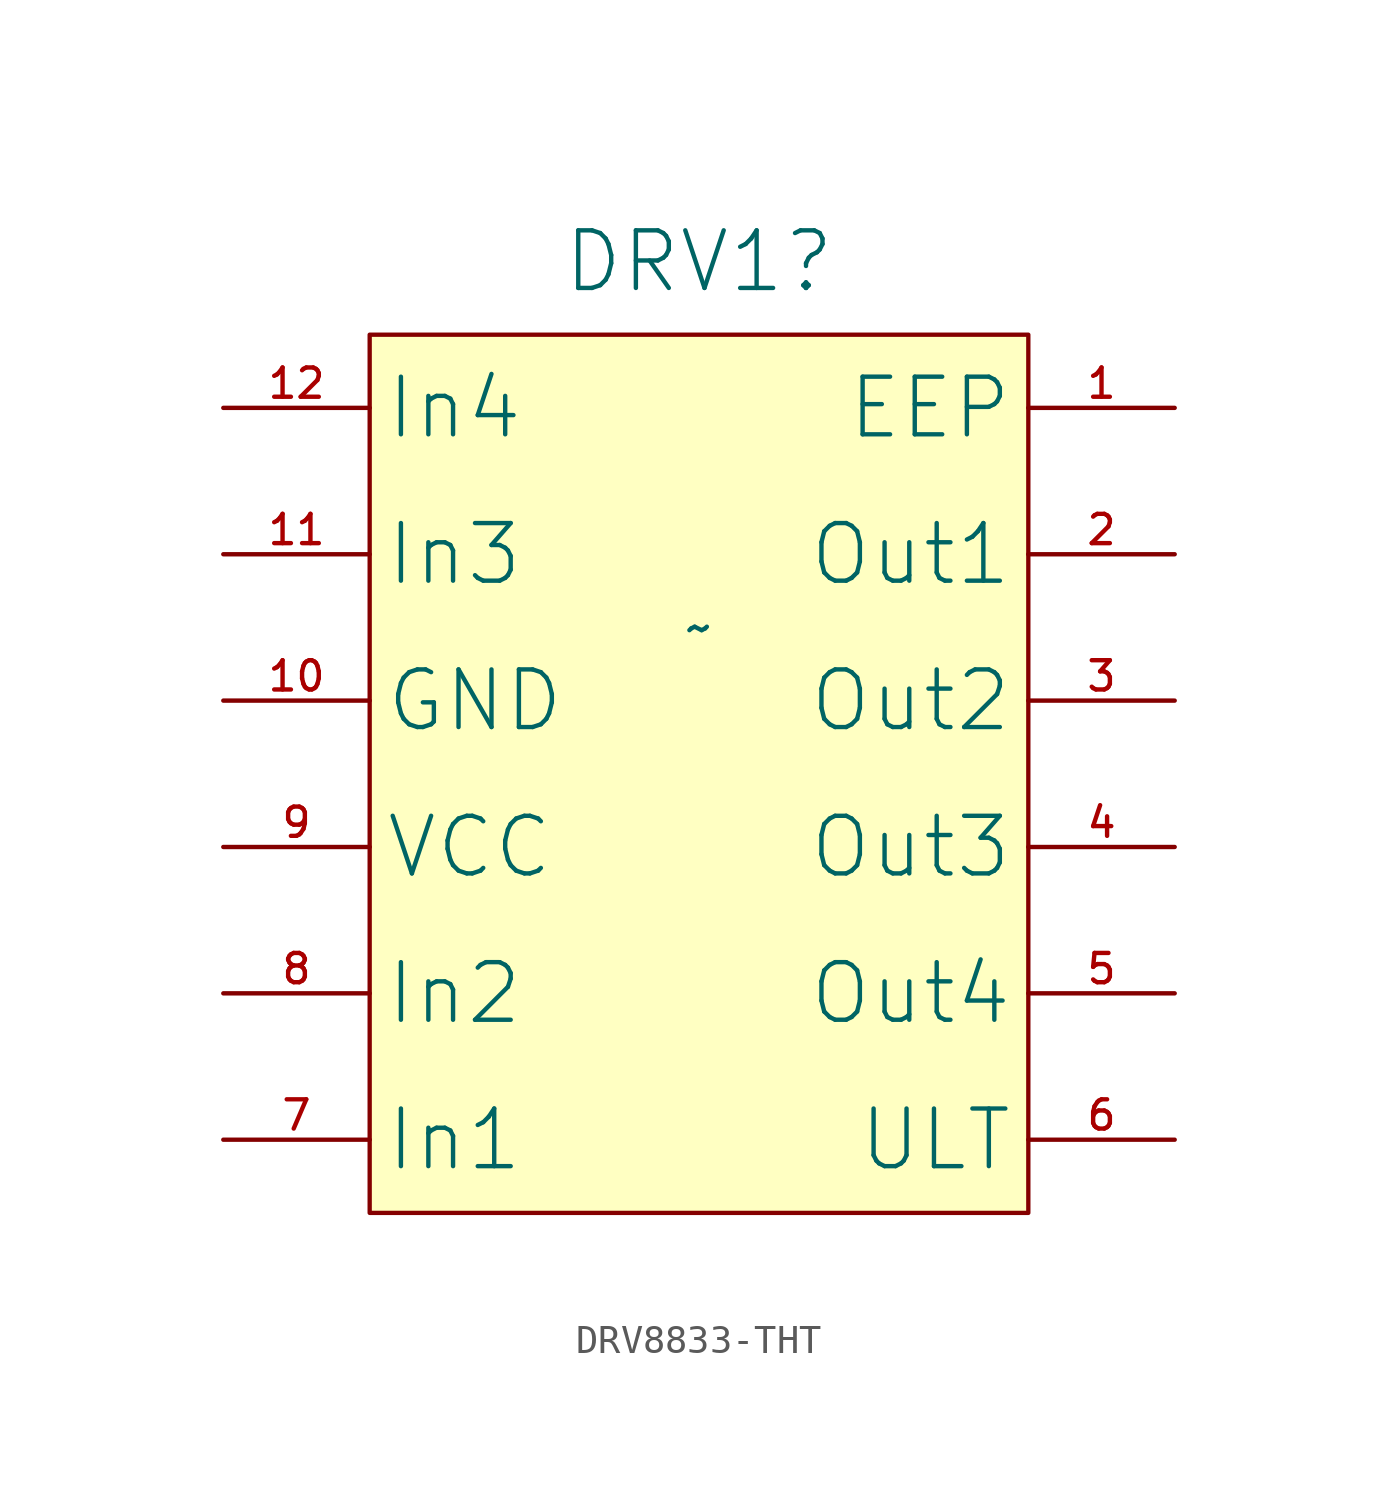
<source format=kicad_sym>
(kicad_symbol_lib
  (version 20231120)
  (generator "kicad_symbol_editor")
  (generator_version "8.0")
  (symbol "DRV8833-THT"
    (property "Reference" "DRV1"
      (at 0 12.7 0)
      (effects (font (size 2 2))))
    (property "Value" "~"
      (at 0 0 0)
      (effects (font (size 1.27 1.27))))
    (symbol "DRV8833-THT_1_0"
      (pin input line (at 16.51 7.62 180) (length 5.08) (name "EEP" (effects (font (size 2 2)))) (number "1" (effects (font (size 1.016 1.016)))))
      (pin power_in line (at -16.51 -2.54 0) (length 5.08) (name "GND" (effects (font (size 2 2)))) (number "10" (effects (font (size 1.016 1.016)))))
      (pin input line (at -16.51 2.54 0) (length 5.08) (name "In3" (effects (font (size 2 2)))) (number "11" (effects (font (size 1.016 1.016)))))
      (pin input line (at -16.51 7.62 0) (length 5.08) (name "In4" (effects (font (size 2 2)))) (number "12" (effects (font (size 1.016 1.016)))))
      (pin power_out line (at 16.51 2.54 180) (length 5.08) (name "Out1" (effects (font (size 2 2)))) (number "2" (effects (font (size 1.016 1.016)))))
      (pin power_out line (at 16.51 -2.54 180) (length 5.08) (name "Out2" (effects (font (size 2 2)))) (number "3" (effects (font (size 1.016 1.016)))))
      (pin power_out line (at 16.51 -7.62 180) (length 5.08) (name "Out3" (effects (font (size 2 2)))) (number "4" (effects (font (size 1.016 1.016)))))
      (pin power_out line (at 16.51 -12.7 180) (length 5.08) (name "Out4" (effects (font (size 2 2)))) (number "5" (effects (font (size 1.016 1.016)))))
      (pin output line (at 16.51 -17.78 180) (length 5.08) (name "ULT" (effects (font (size 2 2)))) (number "6" (effects (font (size 1.016 1.016)))))
      (pin input line (at -16.51 -17.78 0) (length 5.08) (name "In1" (effects (font (size 2 2)))) (number "7" (effects (font (size 1.016 1.016)))))
      (pin input line (at -16.51 -12.7 0) (length 5.08) (name "In2" (effects (font (size 2 2)))) (number "8" (effects (font (size 1.016 1.016)))))
      (pin power_in line (at -16.51 -7.62 0) (length 5.08) (name "VCC" (effects (font (size 2 2)))) (number "9" (effects (font (size 1.016 1.016))))))
    (symbol "DRV8833-THT_1_1"
      (rectangle (start -11.43 10.16) (end 11.43 -20.32) (stroke (width 0.15) (type default)) (fill (type background))))))
</source>
